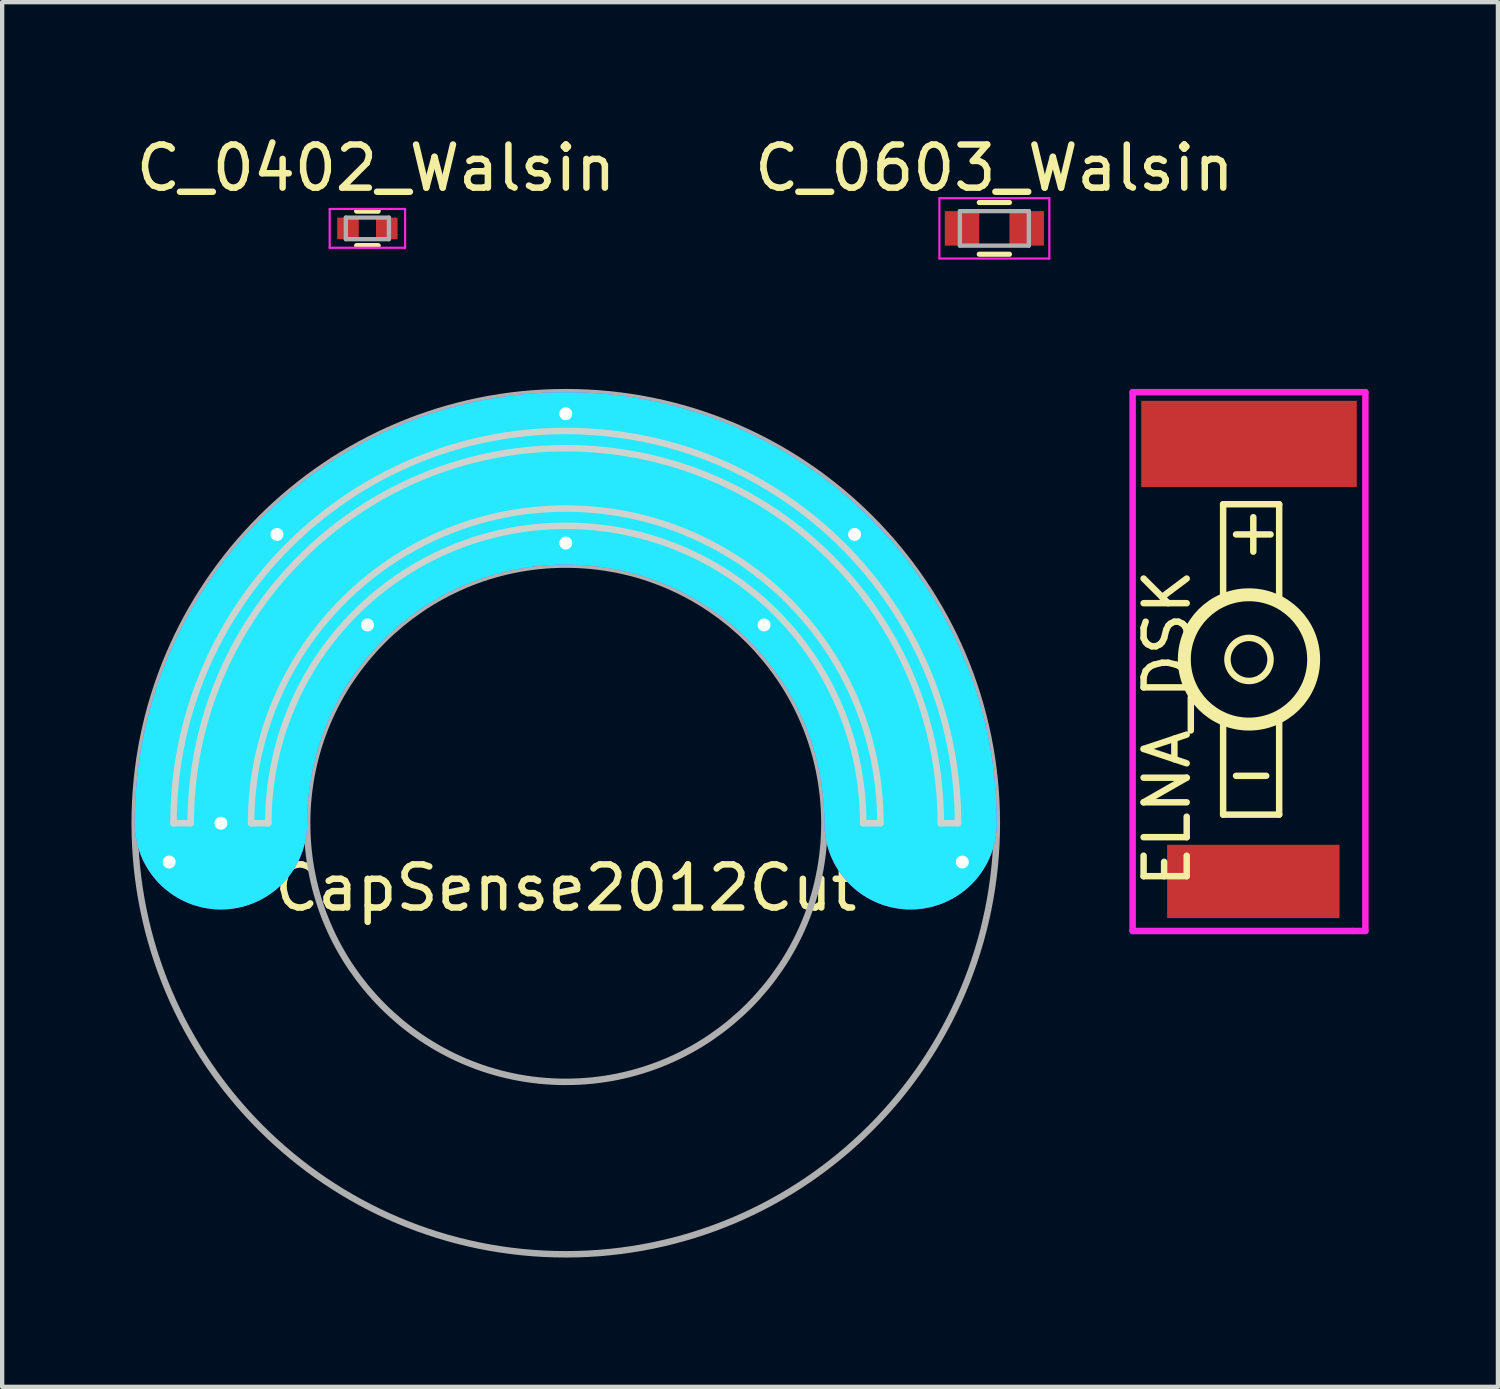
<source format=kicad_pcb>
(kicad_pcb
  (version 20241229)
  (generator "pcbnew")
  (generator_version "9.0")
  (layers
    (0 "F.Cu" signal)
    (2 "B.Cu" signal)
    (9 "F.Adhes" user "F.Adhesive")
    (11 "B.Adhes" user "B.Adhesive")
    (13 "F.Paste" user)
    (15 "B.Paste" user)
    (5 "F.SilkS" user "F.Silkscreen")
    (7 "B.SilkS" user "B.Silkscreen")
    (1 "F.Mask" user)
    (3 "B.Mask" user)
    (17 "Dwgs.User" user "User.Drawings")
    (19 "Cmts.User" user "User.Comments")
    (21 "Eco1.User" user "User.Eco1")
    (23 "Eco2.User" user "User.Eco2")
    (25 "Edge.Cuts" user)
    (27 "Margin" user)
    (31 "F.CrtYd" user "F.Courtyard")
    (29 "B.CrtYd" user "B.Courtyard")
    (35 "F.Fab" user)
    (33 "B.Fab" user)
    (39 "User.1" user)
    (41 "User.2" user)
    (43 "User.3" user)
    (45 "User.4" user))
  (footprint "ELNA_DSK"
    (layer "F.Cu")
    (at 25.925 12.248)
    (property "Reference" "ELNA_DSK" (at -1.9 1.6 90) (layer "F.SilkS") (effects (font (size 1 1) (thickness 0.15))))
    (attr through_hole)
    (fp_line (start -0.6 -3.6) (end 0.7 -3.6) (stroke (width 0.15) (type solid)) (layer "F.SilkS"))
    (fp_line (start -0.6 -1.4) (end -0.6 -3.6) (stroke (width 0.15) (type solid)) (layer "F.SilkS"))
    (fp_line (start -0.6 1.4) (end -0.6 3.6) (stroke (width 0.15) (type solid)) (layer "F.SilkS"))
    (fp_line (start -0.6 3.6) (end 0.7 3.6) (stroke (width 0.15) (type solid)) (layer "F.SilkS"))
    (fp_line (start -0.3 -2.9) (end 0.5 -2.9) (stroke (width 0.15) (type solid)) (layer "F.SilkS"))
    (fp_line (start -0.3 2.7) (end 0.4 2.7) (stroke (width 0.15) (type solid)) (layer "F.SilkS"))
    (fp_line (start 0.1 -3.3) (end 0.1 -2.5) (stroke (width 0.15) (type solid)) (layer "F.SilkS"))
    (fp_line (start 0.7 -3.6) (end 0.7 -1.4) (stroke (width 0.15) (type solid)) (layer "F.SilkS"))
    (fp_line (start 0.7 3.6) (end 0.7 1.4) (stroke (width 0.15) (type solid)) (layer "F.SilkS"))
    (fp_circle (center 0 0) (end 0.5 0) (stroke (width 0.15) (type solid)) (fill no) (layer "F.SilkS"))
    (fp_circle (center 0 0) (end 1.5 0) (stroke (width 0.3) (type solid)) (fill no) (layer "F.SilkS"))
    (fp_line (start -2.7 -6.2) (end -2.7 6.3) (stroke (width 0.15) (type solid)) (layer "F.CrtYd"))
    (fp_line (start -2.7 6.3) (end 2.4 6.3) (stroke (width 0.15) (type solid)) (layer "F.CrtYd"))
    (fp_line (start 2.4 6.3) (end 2.7 6.3) (stroke (width 0.15) (type solid)) (layer "F.CrtYd"))
    (fp_line (start 2.7 -6.2) (end -2.7 -6.2) (stroke (width 0.15) (type solid)) (layer "F.CrtYd"))
    (fp_line (start 2.7 6.3) (end 2.7 -6.2) (stroke (width 0.15) (type solid)) (layer "F.CrtYd"))
    (pad "1" smd rect (at 0 -5 90) (size 2 5) (layers "F.Cu" "F.Mask" "F.Paste"))
    (pad "2" smd rect (at 0.1 5.15 90) (size 1.7 4) (layers "F.Cu" "F.Mask" "F.Paste")))
  (footprint "CapSense2012Cut"
    (layer "F.Cu")
    (at 10.075 16.048)
    (property "Reference" "CapSense2012Cut" (at 0 1.5 0) (layer "F.SilkS") (effects (font (size 1 1) (thickness 0.15))))
    (attr through_hole)
    (fp_arc (start -9.5 0) (mid 0 -9.5) (end 9.5 0) (stroke (width 0.6) (type solid)) (layer "F.Cu"))
    (fp_arc (start -8 0) (mid 0 -8) (end 8 0) (stroke (width 1.2) (type solid)) (layer "F.Cu"))
    (fp_arc (start -8 1.5) (mid -9.06066 1.06066) (end -9.5 0) (stroke (width 0.6) (type solid)) (layer "F.Cu"))
    (fp_arc (start -6.5 0) (mid -6.93934 1.06066) (end -8 1.5) (stroke (width 0.6) (type solid)) (layer "F.Cu"))
    (fp_arc (start -6.5 0) (mid 0 -6.5) (end 6.5 0) (stroke (width 0.6) (type solid)) (layer "F.Cu"))
    (fp_arc (start 8 1.5) (mid 6.93934 1.06066) (end 6.5 0) (stroke (width 0.6) (type solid)) (layer "F.Cu"))
    (fp_arc (start 9.5 0) (mid 9.06066 1.06066) (end 8 1.5) (stroke (width 0.6) (type solid)) (layer "F.Cu"))
    (fp_arc (start -8 0) (mid 0 -8) (end 8 0) (stroke (width 4) (type solid)) (layer "F.Mask"))
    (fp_arc (start -9.5 0) (mid 0 -9.5) (end 9.5 0) (stroke (width 0.6) (type solid)) (layer "B.Cu"))
    (fp_arc (start -8.75 1.299038) (mid -9.299038 0.75) (end -9.5 0) (stroke (width 0.6) (type solid)) (layer "B.Cu"))
    (fp_arc (start -6.5 0) (mid 0 -6.5) (end 6.5 0) (stroke (width 0.6) (type solid)) (layer "B.Cu"))
    (fp_arc (start -6.48697 0) (mid -6.687932 0.75) (end -7.23697 1.299038) (stroke (width 0.6) (type solid)) (layer "B.Cu"))
    (fp_arc (start 8 1.5) (mid 6.93934 1.06066) (end 6.5 0) (stroke (width 0.6) (type solid)) (layer "B.Cu"))
    (fp_arc (start 9.5 0) (mid 9.06066 1.06066) (end 8 1.5) (stroke (width 0.6) (type solid)) (layer "B.Cu"))
    (fp_arc (start -8 0) (mid 0 -8) (end 8 0) (stroke (width 4) (type solid)) (layer "B.Mask"))
    (fp_line (start -9.1 0) (end -8.7 0) (stroke (width 0.15) (type solid)) (layer "Edge.Cuts"))
    (fp_line (start -7.3 0) (end -6.9 0) (stroke (width 0.15) (type solid)) (layer "Edge.Cuts"))
    (fp_line (start 6.9 0) (end 7.3 0) (stroke (width 0.15) (type solid)) (layer "Edge.Cuts"))
    (fp_line (start 8.7 0) (end 9.1 0) (stroke (width 0.15) (type solid)) (layer "Edge.Cuts"))
    (fp_arc (start -9.1 0) (mid 0 -9.1) (end 9.1 0) (stroke (width 0.15) (type solid)) (layer "Edge.Cuts"))
    (fp_arc (start -8.7 0) (mid 0 -8.7) (end 8.7 0) (stroke (width 0.15) (type solid)) (layer "Edge.Cuts"))
    (fp_arc (start -7.3 0) (mid 0 -7.3) (end 7.3 0) (stroke (width 0.15) (type solid)) (layer "Edge.Cuts"))
    (fp_arc (start -6.9 0) (mid 0 -6.9) (end 6.9 0) (stroke (width 0.15) (type solid)) (layer "Edge.Cuts"))
    (fp_arc (start -8 0) (mid 0 -8) (end 8 0) (stroke (width 4) (type solid)) (layer "B.CrtYd"))
    (fp_arc (start -8 0) (mid 0 -8) (end 8 0) (stroke (width 4) (type solid)) (layer "F.CrtYd"))
    (fp_circle (center 0 0) (end 6 0) (stroke (width 0.15) (type solid)) (fill no) (layer "F.Fab"))
    (fp_circle (center 0 0) (end 10 0) (stroke (width 0.15) (type solid)) (fill no) (layer "F.Fab"))
    (pad "1" thru_hole circle (at -8 0) (size 0.6 0.6) (drill 0.3) (layers "*.Cu" "*.Mask"))
    (pad "2" thru_hole circle (at -9.2 0.9) (size 0.4 0.4) (drill 0.3) (layers "*.Cu" "*.Mask"))
    (pad "2" thru_hole circle (at -6.7 -6.7) (size 0.4 0.4) (drill 0.3) (layers "*.Cu" "*.Mask"))
    (pad "2" thru_hole circle (at -4.6 -4.6) (size 0.4 0.4) (drill 0.3) (layers "*.Cu" "*.Mask"))
    (pad "2" thru_hole circle (at 0 -9.5) (size 0.4 0.4) (drill 0.3) (layers "*.Cu" "*.Mask"))
    (pad "2" thru_hole circle (at 0 -6.5) (size 0.4 0.4) (drill 0.3) (layers "*.Cu" "*.Mask"))
    (pad "2" thru_hole circle (at 4.6 -4.6) (size 0.4 0.4) (drill 0.3) (layers "*.Cu" "*.Mask"))
    (pad "2" thru_hole circle (at 6.7 -6.7) (size 0.4 0.4) (drill 0.3) (layers "*.Cu" "*.Mask"))
    (pad "2" thru_hole circle (at 9.2 0.9) (size 0.4 0.4) (drill 0.3) (layers "*.Cu" "*.Mask")))
  (footprint "C_0603_Walsin"
    (layer "F.Cu")
    (at 20.018 2.248)
    (property "Reference" "C_0603_Walsin" (at 0 -1.4 0) (layer "F.SilkS") (effects (font (size 1 1) (thickness 0.15))))
    (attr smd)
    (fp_line (start -1.2 -0.45) (end -1.2 0.45) (stroke (width 0.1) (type solid)) (layer "F.Mask"))
    (fp_line (start -1.2 -0.45) (end -0.3 -0.45) (stroke (width 0.1) (type solid)) (layer "F.Mask"))
    (fp_line (start -1.2 0.45) (end -0.3 0.45) (stroke (width 0.1) (type solid)) (layer "F.Mask"))
    (fp_line (start -1.1 -0.45) (end -1.1 0.45) (stroke (width 0.1) (type solid)) (layer "F.Mask"))
    (fp_line (start -1 -0.45) (end -1 0.45) (stroke (width 0.1) (type solid)) (layer "F.Mask"))
    (fp_line (start -0.9 -0.45) (end -0.9 0.45) (stroke (width 0.1) (type solid)) (layer "F.Mask"))
    (fp_line (start -0.8 -0.45) (end -0.8 0.45) (stroke (width 0.1) (type solid)) (layer "F.Mask"))
    (fp_line (start -0.7 -0.45) (end -0.7 0.45) (stroke (width 0.1) (type solid)) (layer "F.Mask"))
    (fp_line (start -0.6 -0.45) (end -0.6 0.45) (stroke (width 0.1) (type solid)) (layer "F.Mask"))
    (fp_line (start -0.5 -0.45) (end -0.5 0.45) (stroke (width 0.1) (type solid)) (layer "F.Mask"))
    (fp_line (start -0.4 -0.45) (end -0.4 0.45) (stroke (width 0.1) (type solid)) (layer "F.Mask"))
    (fp_line (start -0.3 -0.45) (end -0.3 0.45) (stroke (width 0.1) (type solid)) (layer "F.Mask"))
    (fp_line (start 0.3 -0.45) (end 0.3 0.45) (stroke (width 0.1) (type solid)) (layer "F.Mask"))
    (fp_line (start 0.3 -0.45) (end 1.2 -0.45) (stroke (width 0.1) (type solid)) (layer "F.Mask"))
    (fp_line (start 0.3 0.45) (end 1.2 0.45) (stroke (width 0.1) (type solid)) (layer "F.Mask"))
    (fp_line (start 0.4 -0.45) (end 0.4 0.45) (stroke (width 0.1) (type solid)) (layer "F.Mask"))
    (fp_line (start 0.5 -0.45) (end 0.5 0.45) (stroke (width 0.1) (type solid)) (layer "F.Mask"))
    (fp_line (start 0.6 -0.45) (end 0.6 0.45) (stroke (width 0.1) (type solid)) (layer "F.Mask"))
    (fp_line (start 0.7 -0.45) (end 0.7 0.45) (stroke (width 0.1) (type solid)) (layer "F.Mask"))
    (fp_line (start 0.8 -0.45) (end 0.8 0.45) (stroke (width 0.1) (type solid)) (layer "F.Mask"))
    (fp_line (start 0.9 -0.45) (end 0.9 0.45) (stroke (width 0.1) (type solid)) (layer "F.Mask"))
    (fp_line (start 1 -0.45) (end 1 0.45) (stroke (width 0.1) (type solid)) (layer "F.Mask"))
    (fp_line (start 1.1 -0.45) (end 1.1 0.45) (stroke (width 0.1) (type solid)) (layer "F.Mask"))
    (fp_line (start 1.2 -0.45) (end 1.2 0.45) (stroke (width 0.1) (type solid)) (layer "F.Mask"))
    (fp_line (start -0.35 -0.6) (end 0.35 -0.6) (stroke (width 0.12) (type solid)) (layer "F.SilkS"))
    (fp_line (start 0.35 0.6) (end -0.35 0.6) (stroke (width 0.12) (type solid)) (layer "F.SilkS"))
    (fp_line (start -1.275 -0.7) (end -1.275 0.7) (stroke (width 0.05) (type solid)) (layer "F.CrtYd"))
    (fp_line (start -1.275 -0.7) (end 1.275 -0.7) (stroke (width 0.05) (type solid)) (layer "F.CrtYd"))
    (fp_line (start 1.275 0.7) (end -1.275 0.7) (stroke (width 0.05) (type solid)) (layer "F.CrtYd"))
    (fp_line (start 1.275 0.7) (end 1.275 -0.7) (stroke (width 0.05) (type solid)) (layer "F.CrtYd"))
    (fp_line (start -0.8 -0.4) (end 0.8 -0.4) (stroke (width 0.1) (type solid)) (layer "F.Fab"))
    (fp_line (start -0.8 0.4) (end -0.8 -0.4) (stroke (width 0.1) (type solid)) (layer "F.Fab"))
    (fp_line (start 0.8 -0.4) (end 0.8 0.4) (stroke (width 0.1) (type solid)) (layer "F.Fab"))
    (fp_line (start 0.8 0.4) (end -0.8 0.4) (stroke (width 0.1) (type solid)) (layer "F.Fab"))
    (pad "1" smd rect (at -0.75 0) (size 0.8 0.8) (layers "F.Cu" "F.Paste"))
    (pad "2" smd rect (at 0.75 0) (size 0.8 0.8) (layers "F.Cu" "F.Paste")))
  (footprint "C_0402_Walsin"
    (layer "F.Cu")
    (at 5.473 2.248)
    (property "Reference" "C_0402_Walsin" (at 0.2 -1.4 0) (layer "F.SilkS") (effects (font (size 1 1) (thickness 0.15))))
    (attr smd)
    (fp_line (start -0.7 -0.3) (end -0.7 0.3) (stroke (width 0.1) (type solid)) (layer "F.Mask"))
    (fp_line (start -0.7 -0.3) (end -0.2 -0.3) (stroke (width 0.1) (type solid)) (layer "F.Mask"))
    (fp_line (start -0.7 0.3) (end -0.2 0.3) (stroke (width 0.1) (type solid)) (layer "F.Mask"))
    (fp_line (start -0.6 -0.3) (end -0.6 0.3) (stroke (width 0.1) (type solid)) (layer "F.Mask"))
    (fp_line (start -0.5 -0.3) (end -0.5 0.3) (stroke (width 0.1) (type solid)) (layer "F.Mask"))
    (fp_line (start -0.4 -0.3) (end -0.4 0.3) (stroke (width 0.1) (type solid)) (layer "F.Mask"))
    (fp_line (start -0.3 -0.3) (end -0.3 0.3) (stroke (width 0.1) (type solid)) (layer "F.Mask"))
    (fp_line (start -0.2 -0.3) (end -0.2 0.3) (stroke (width 0.1) (type solid)) (layer "F.Mask"))
    (fp_line (start 0.2 -0.3) (end 0.2 0.3) (stroke (width 0.1) (type solid)) (layer "F.Mask"))
    (fp_line (start 0.2 -0.3) (end 0.7 -0.3) (stroke (width 0.1) (type solid)) (layer "F.Mask"))
    (fp_line (start 0.2 0.3) (end 0.7 0.3) (stroke (width 0.1) (type solid)) (layer "F.Mask"))
    (fp_line (start 0.3 -0.3) (end 0.3 0.3) (stroke (width 0.1) (type solid)) (layer "F.Mask"))
    (fp_line (start 0.4 -0.3) (end 0.4 0.3) (stroke (width 0.1) (type solid)) (layer "F.Mask"))
    (fp_line (start 0.5 -0.3) (end 0.5 0.3) (stroke (width 0.1) (type solid)) (layer "F.Mask"))
    (fp_line (start 0.6 -0.3) (end 0.6 0.3) (stroke (width 0.1) (type solid)) (layer "F.Mask"))
    (fp_line (start 0.7 -0.3) (end 0.7 0.3) (stroke (width 0.1) (type solid)) (layer "F.Mask"))
    (fp_line (start -0.25 0.4) (end 0.25 0.4) (stroke (width 0.12) (type solid)) (layer "F.SilkS"))
    (fp_line (start 0.25 -0.4) (end -0.25 -0.4) (stroke (width 0.12) (type solid)) (layer "F.SilkS"))
    (fp_line (start -0.875 -0.45) (end -0.875 0.45) (stroke (width 0.05) (type solid)) (layer "F.CrtYd"))
    (fp_line (start -0.875 -0.45) (end 0.875 -0.45) (stroke (width 0.05) (type solid)) (layer "F.CrtYd"))
    (fp_line (start 0.875 0.45) (end -0.875 0.45) (stroke (width 0.05) (type solid)) (layer "F.CrtYd"))
    (fp_line (start 0.875 0.45) (end 0.875 -0.45) (stroke (width 0.05) (type solid)) (layer "F.CrtYd"))
    (fp_line (start -0.5 -0.25) (end 0.5 -0.25) (stroke (width 0.1) (type solid)) (layer "F.Fab"))
    (fp_line (start -0.5 0.25) (end -0.5 -0.25) (stroke (width 0.1) (type solid)) (layer "F.Fab"))
    (fp_line (start 0.5 -0.25) (end 0.5 0.25) (stroke (width 0.1) (type solid)) (layer "F.Fab"))
    (fp_line (start 0.5 0.25) (end -0.5 0.25) (stroke (width 0.1) (type solid)) (layer "F.Fab"))
    (pad "1" smd rect (at -0.45 0) (size 0.5 0.5) (layers "F.Cu" "F.Paste"))
    (pad "2" smd rect (at 0.45 0) (size 0.5 0.5) (layers "F.Cu" "F.Paste")))
  (gr_rect
    (start -3 -3)
    (end 31.7 29.123)
    (stroke (width 0.1) (type default))
    (fill no)
    (layer "Edge.Cuts")))
</source>
